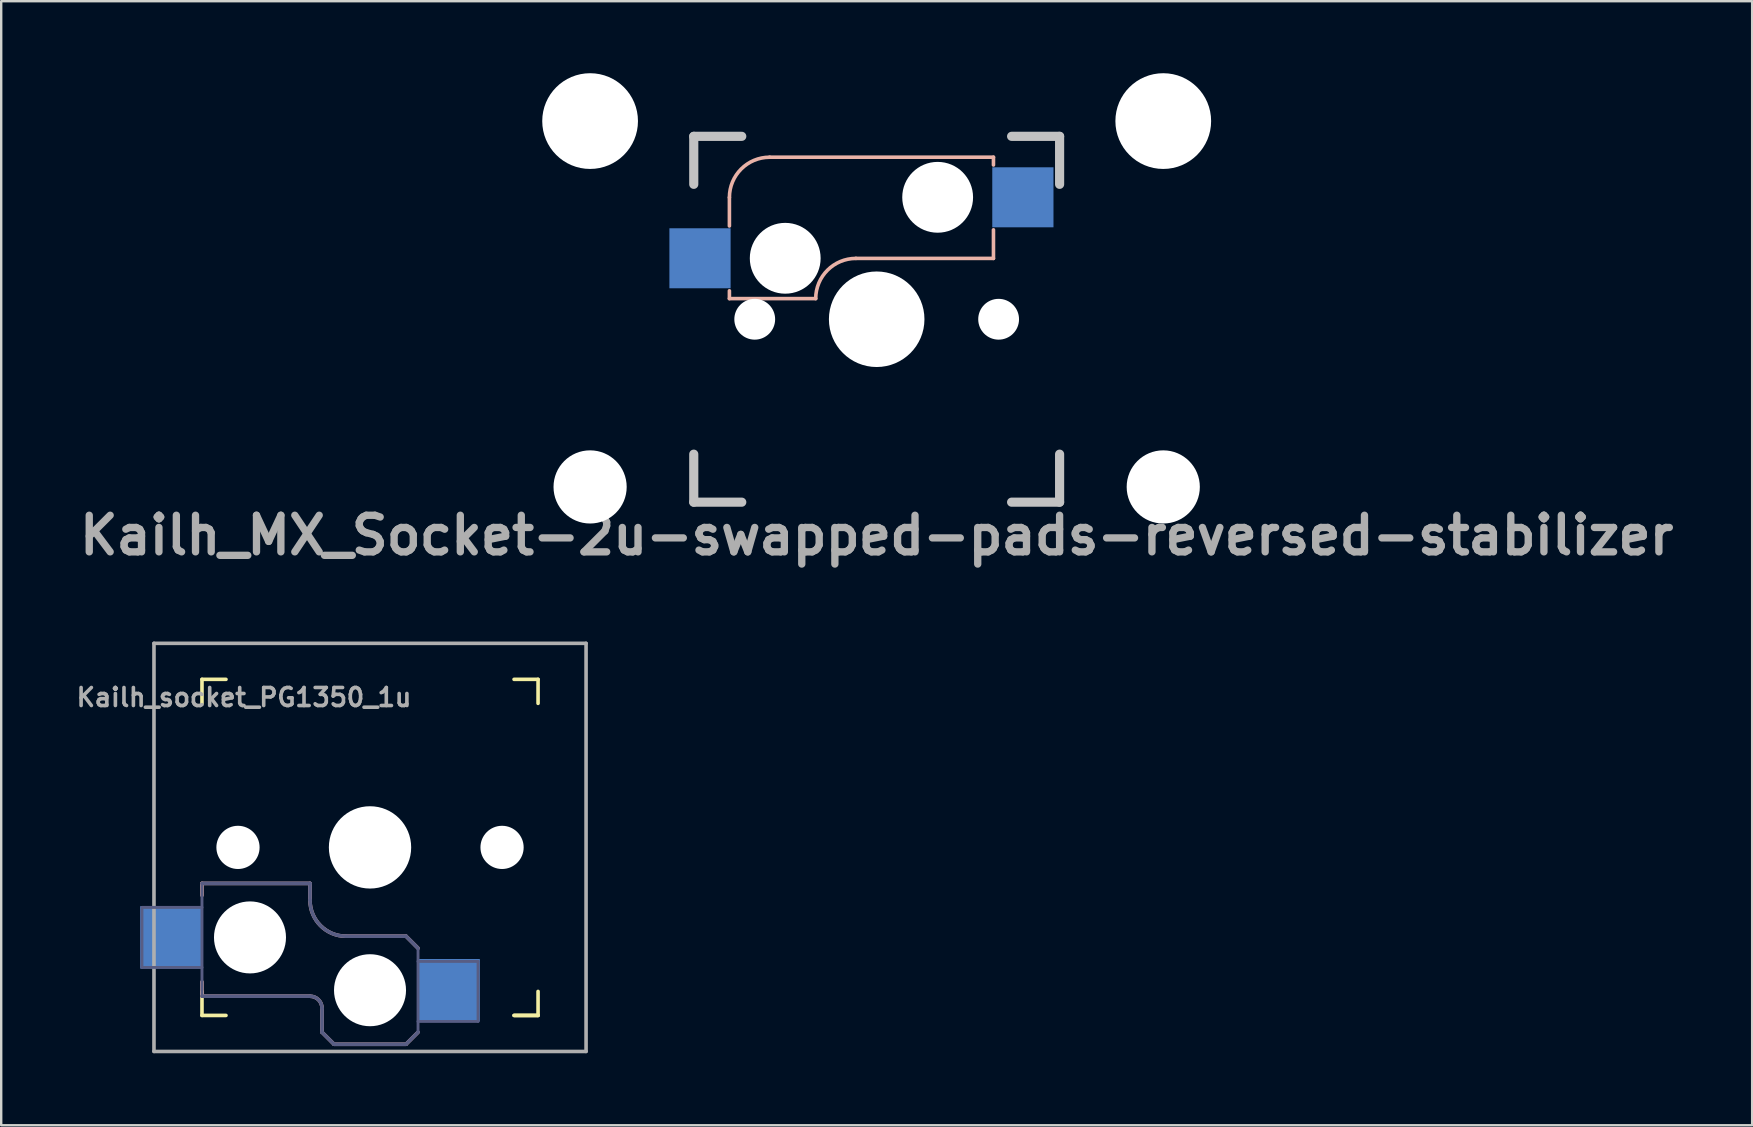
<source format=kicad_pcb>
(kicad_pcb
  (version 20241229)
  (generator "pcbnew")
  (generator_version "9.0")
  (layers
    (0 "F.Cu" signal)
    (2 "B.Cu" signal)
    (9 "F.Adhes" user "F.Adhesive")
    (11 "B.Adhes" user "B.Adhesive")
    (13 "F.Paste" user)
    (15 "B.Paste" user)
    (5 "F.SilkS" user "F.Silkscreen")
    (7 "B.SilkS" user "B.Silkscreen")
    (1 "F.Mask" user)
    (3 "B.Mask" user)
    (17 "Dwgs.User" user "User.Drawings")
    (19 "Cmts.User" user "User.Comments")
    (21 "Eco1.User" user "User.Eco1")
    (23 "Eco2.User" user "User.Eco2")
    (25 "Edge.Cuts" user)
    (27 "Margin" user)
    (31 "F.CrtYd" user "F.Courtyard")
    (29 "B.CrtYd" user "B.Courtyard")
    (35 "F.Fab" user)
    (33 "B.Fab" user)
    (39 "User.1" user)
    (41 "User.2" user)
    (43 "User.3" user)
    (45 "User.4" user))
  (footprint "Kailh_socket_PG1350_1u"
    (layer "F.Cu")
    (at 12.364 32.25)
    (property "Reference" "Kailh_socket_PG1350_1u" (at -5.25 -6.25 180) (layer "F.Fab") (effects (font (size 0.75 0.75) (thickness 0.15))))
    (attr smd)
    (fp_line (start -7 -6) (end -7 -7) (stroke (width 0.15) (type solid)) (layer "F.SilkS"))
    (fp_line (start -7 7) (end -7 6) (stroke (width 0.15) (type solid)) (layer "F.SilkS"))
    (fp_line (start -7 7) (end -6 7) (stroke (width 0.15) (type solid)) (layer "F.SilkS"))
    (fp_line (start -6 -7) (end -7 -7) (stroke (width 0.15) (type solid)) (layer "F.SilkS"))
    (fp_line (start 6 7) (end 7 7) (stroke (width 0.15) (type solid)) (layer "F.SilkS"))
    (fp_line (start 7 -7) (end 6 -7) (stroke (width 0.15) (type solid)) (layer "F.SilkS"))
    (fp_line (start 7 -7) (end 7 -6) (stroke (width 0.15) (type solid)) (layer "F.SilkS"))
    (fp_line (start 7 6) (end 7 7) (stroke (width 0.15) (type solid)) (layer "F.SilkS"))
    (fp_line (start 7 7) (end 6 7) (stroke (width 0.15) (type solid)) (layer "F.SilkS"))
    (fp_line (start -7 1.5) (end -7 2) (stroke (width 0.15) (type solid)) (layer "B.SilkS"))
    (fp_line (start -7 5.6) (end -7 6.2) (stroke (width 0.15) (type solid)) (layer "B.SilkS"))
    (fp_line (start -7 6.2) (end -2.5 6.2) (stroke (width 0.15) (type solid)) (layer "B.SilkS"))
    (fp_line (start -2.5 1.5) (end -7 1.5) (stroke (width 0.15) (type solid)) (layer "B.SilkS"))
    (fp_line (start -2.5 2.2) (end -2.5 1.5) (stroke (width 0.15) (type solid)) (layer "B.SilkS"))
    (fp_line (start -2 6.7) (end -2 7.7) (stroke (width 0.15) (type solid)) (layer "B.SilkS"))
    (fp_line (start -1.5 8.2) (end -2 7.7) (stroke (width 0.15) (type solid)) (layer "B.SilkS"))
    (fp_line (start 1.5 3.7) (end -1 3.7) (stroke (width 0.15) (type solid)) (layer "B.SilkS"))
    (fp_line (start 1.5 8.2) (end -1.5 8.2) (stroke (width 0.15) (type solid)) (layer "B.SilkS"))
    (fp_line (start 2 4.2) (end 1.5 3.7) (stroke (width 0.15) (type solid)) (layer "B.SilkS"))
    (fp_line (start 2 7.7) (end 1.5 8.2) (stroke (width 0.15) (type solid)) (layer "B.SilkS"))
    (fp_arc (start -2.5 6.2) (mid -2.146447 6.346447) (end -2 6.7) (stroke (width 0.15) (type solid)) (layer "B.SilkS"))
    (fp_arc (start -1 3.7) (mid -2.06066 3.26066) (end -2.5 2.2) (stroke (width 0.15) (type solid)) (layer "B.SilkS"))
    (fp_line (start -6.9 6.9) (end -6.9 -6.9) (stroke (width 0.15) (type solid)) (layer "Eco2.User"))
    (fp_line (start -6.9 6.9) (end 6.9 6.9) (stroke (width 0.15) (type solid)) (layer "Eco2.User"))
    (fp_line (start -2.6 -3.1) (end -2.6 -6.3) (stroke (width 0.15) (type solid)) (layer "Eco2.User"))
    (fp_line (start -2.6 -3.1) (end 2.6 -3.1) (stroke (width 0.15) (type solid)) (layer "Eco2.User"))
    (fp_line (start 2.6 -6.3) (end -2.6 -6.3) (stroke (width 0.15) (type solid)) (layer "Eco2.User"))
    (fp_line (start 2.6 -3.1) (end 2.6 -6.3) (stroke (width 0.15) (type solid)) (layer "Eco2.User"))
    (fp_line (start 6.9 -6.9) (end -6.9 -6.9) (stroke (width 0.15) (type solid)) (layer "Eco2.User"))
    (fp_line (start 6.9 -6.9) (end 6.9 6.9) (stroke (width 0.15) (type solid)) (layer "Eco2.User"))
    (fp_line (start -9.5 2.5) (end -7 2.5) (stroke (width 0.12) (type solid)) (layer "B.Fab"))
    (fp_line (start -9.5 5) (end -9.5 2.5) (stroke (width 0.12) (type solid)) (layer "B.Fab"))
    (fp_line (start -7 1.5) (end -7 6.2) (stroke (width 0.12) (type solid)) (layer "B.Fab"))
    (fp_line (start -7 5) (end -9.5 5) (stroke (width 0.12) (type solid)) (layer "B.Fab"))
    (fp_line (start -7 6.2) (end -2.5 6.2) (stroke (width 0.15) (type solid)) (layer "B.Fab"))
    (fp_line (start -2.5 1.5) (end -7 1.5) (stroke (width 0.15) (type solid)) (layer "B.Fab"))
    (fp_line (start -2.5 2.2) (end -2.5 1.5) (stroke (width 0.15) (type solid)) (layer "B.Fab"))
    (fp_line (start -2 6.7) (end -2 7.7) (stroke (width 0.15) (type solid)) (layer "B.Fab"))
    (fp_line (start -1.5 8.2) (end -2 7.7) (stroke (width 0.15) (type solid)) (layer "B.Fab"))
    (fp_line (start 1.5 3.7) (end -1 3.7) (stroke (width 0.15) (type solid)) (layer "B.Fab"))
    (fp_line (start 1.5 8.2) (end -1.5 8.2) (stroke (width 0.15) (type solid)) (layer "B.Fab"))
    (fp_line (start 2 4.2) (end 1.5 3.7) (stroke (width 0.15) (type solid)) (layer "B.Fab"))
    (fp_line (start 2 4.25) (end 2 7.7) (stroke (width 0.12) (type solid)) (layer "B.Fab"))
    (fp_line (start 2 4.75) (end 4.5 4.75) (stroke (width 0.12) (type solid)) (layer "B.Fab"))
    (fp_line (start 2 7.7) (end 1.5 8.2) (stroke (width 0.15) (type solid)) (layer "B.Fab"))
    (fp_line (start 4.5 4.75) (end 4.5 7.25) (stroke (width 0.12) (type solid)) (layer "B.Fab"))
    (fp_line (start 4.5 7.25) (end 2 7.25) (stroke (width 0.12) (type solid)) (layer "B.Fab"))
    (fp_arc (start -2.5 6.2) (mid -2.146447 6.346447) (end -2 6.7) (stroke (width 0.15) (type solid)) (layer "B.Fab"))
    (fp_arc (start -1 3.7) (mid -2.06066 3.26066) (end -2.5 2.2) (stroke (width 0.15) (type solid)) (layer "B.Fab"))
    (fp_line (start -9 -8.5) (end 9 -8.5) (stroke (width 0.15) (type solid)) (layer "F.Fab"))
    (fp_line (start -9 8.5) (end -9 -8.5) (stroke (width 0.15) (type solid)) (layer "F.Fab"))
    (fp_line (start 9 -8.5) (end 9 8.5) (stroke (width 0.15) (type solid)) (layer "F.Fab"))
    (fp_line (start 9 8.5) (end -9 8.5) (stroke (width 0.15) (type solid)) (layer "F.Fab"))
    (pad "" np_thru_hole circle (at -5.5 0) (size 1.8 1.8) (drill 1.8) (layers "*.Cu" "*.Mask"))
    (pad "" np_thru_hole circle (at -5 3.75) (size 3 3) (drill 3) (layers "*.Cu" "*.Mask"))
    (pad "" np_thru_hole circle (at 0 0) (size 3.429 3.429) (drill 3.429) (layers "*.Cu" "*.Mask"))
    (pad "" np_thru_hole circle (at 0 5.95) (size 3 3) (drill 3) (layers "*.Cu" "*.Mask"))
    (pad "" np_thru_hole circle (at 5.5 0) (size 1.8 1.8) (drill 1.8) (layers "*.Cu" "*.Mask"))
    (pad "1" smd rect (at 3.275 5.95) (size 2.6 2.6) (layers "B.Cu" "B.Mask" "B.Paste"))
    (pad "2" smd rect (at -8.275 3.75) (size 2.6 2.6) (layers "B.Cu" "B.Mask" "B.Paste")))
  (footprint "Kailh_MX_Socket-2u-swapped-pads-reversed-stabilizer"
    (layer "F.Cu")
    (at 33.47 10.249)
    (property "Reference" "Kailh_MX_Socket-2u-swapped-pads-reversed-stabilizer" (at 0 9 0) (layer "F.Fab") (effects (font (size 1.524 1.524) (thickness 0.305))))
    (attr through_hole)
    (fp_line (start -6.135 -5.075) (end -6.135 -3.885) (stroke (width 0.15) (type solid)) (layer "B.SilkS"))
    (fp_line (start -6.135 -1.185) (end -6.135 -0.86) (stroke (width 0.15) (type solid)) (layer "B.SilkS"))
    (fp_line (start -6.135 -0.86) (end -2.54 -0.86) (stroke (width 0.15) (type solid)) (layer "B.SilkS"))
    (fp_line (start -4.46 -6.75) (end 4.865 -6.75) (stroke (width 0.15) (type solid)) (layer "B.SilkS"))
    (fp_line (start -0.865 -2.535) (end 4.865 -2.535) (stroke (width 0.15) (type solid)) (layer "B.SilkS"))
    (fp_line (start 4.865 -6.75) (end 4.865 -6.425) (stroke (width 0.15) (type solid)) (layer "B.SilkS"))
    (fp_line (start 4.865 -3.725) (end 4.865 -2.535) (stroke (width 0.15) (type solid)) (layer "B.SilkS"))
    (fp_arc (start -6.134596 -5.074596) (mid -5.644 -6.259) (end -4.459596 -6.749596) (stroke (width 0.15) (type solid)) (layer "B.SilkS"))
    (fp_arc (start -2.539596 -0.859596) (mid -2.049 -2.044) (end -0.864596 -2.534596) (stroke (width 0.15) (type solid)) (layer "B.SilkS"))
    (fp_line (start -7.62 -7.62) (end -7.62 -5.62) (stroke (width 0.381) (type solid)) (layer "Dwgs.User"))
    (fp_line (start -7.62 5.62) (end -7.62 7.62) (stroke (width 0.381) (type solid)) (layer "Dwgs.User"))
    (fp_line (start -5.62 -7.62) (end -7.62 -7.62) (stroke (width 0.381) (type solid)) (layer "Dwgs.User"))
    (fp_line (start -5.62 7.62) (end -7.62 7.62) (stroke (width 0.381) (type solid)) (layer "Dwgs.User"))
    (fp_line (start 7.62 -7.62) (end 5.62 -7.62) (stroke (width 0.381) (type solid)) (layer "Dwgs.User"))
    (fp_line (start 7.62 -5.62) (end 7.62 -7.62) (stroke (width 0.381) (type solid)) (layer "Dwgs.User"))
    (fp_line (start 7.62 5.62) (end 7.62 7.62) (stroke (width 0.381) (type solid)) (layer "Dwgs.User"))
    (fp_line (start 7.62 7.62) (end 5.62 7.62) (stroke (width 0.381) (type solid)) (layer "Dwgs.User"))
    (pad "" np_thru_hole circle (at -11.938 -8.255) (size 3.988 3.988) (drill 3.988) (layers "*.Cu" "*.Mask"))
    (pad "" np_thru_hole circle (at -11.938 6.985) (size 3.048 3.048) (drill 3.048) (layers "*.Cu" "*.Mask"))
    (pad "" np_thru_hole circle (at -5.08 0) (size 1.7 1.7) (drill 1.7) (layers "*.Cu" "*.Mask"))
    (pad "" np_thru_hole circle (at -3.81 -2.54) (size 2.95 2.95) (drill 2.95) (layers "*.Cu" "*.Mask"))
    (pad "" np_thru_hole circle (at 0 0) (size 3.98 3.98) (drill 3.98) (layers "*.Cu" "*.Mask"))
    (pad "" np_thru_hole circle (at 2.54 -5.08) (size 2.95 2.95) (drill 2.95) (layers "*.Cu" "*.Mask"))
    (pad "" np_thru_hole circle (at 5.08 0) (size 1.7 1.7) (drill 1.7) (layers "*.Cu" "*.Mask"))
    (pad "" np_thru_hole circle (at 11.938 -8.255) (size 3.988 3.988) (drill 3.988) (layers "*.Cu" "*.Mask"))
    (pad "" np_thru_hole circle (at 11.938 6.985) (size 3.048 3.048) (drill 3.048) (layers "*.Cu" "*.Mask"))
    (pad "1" smd rect (at -7.36 -2.54) (size 2.55 2.5) (layers "B.Cu" "B.Mask" "B.Paste"))
    (pad "2" smd rect (at 6.09 -5.08) (size 2.55 2.5) (layers "B.Cu" "B.Mask" "B.Paste")))
  (gr_rect
    (start -3 -3)
    (end 69.94 43.825)
    (stroke (width 0.1) (type default))
    (fill no)
    (layer "Edge.Cuts")))
</source>
